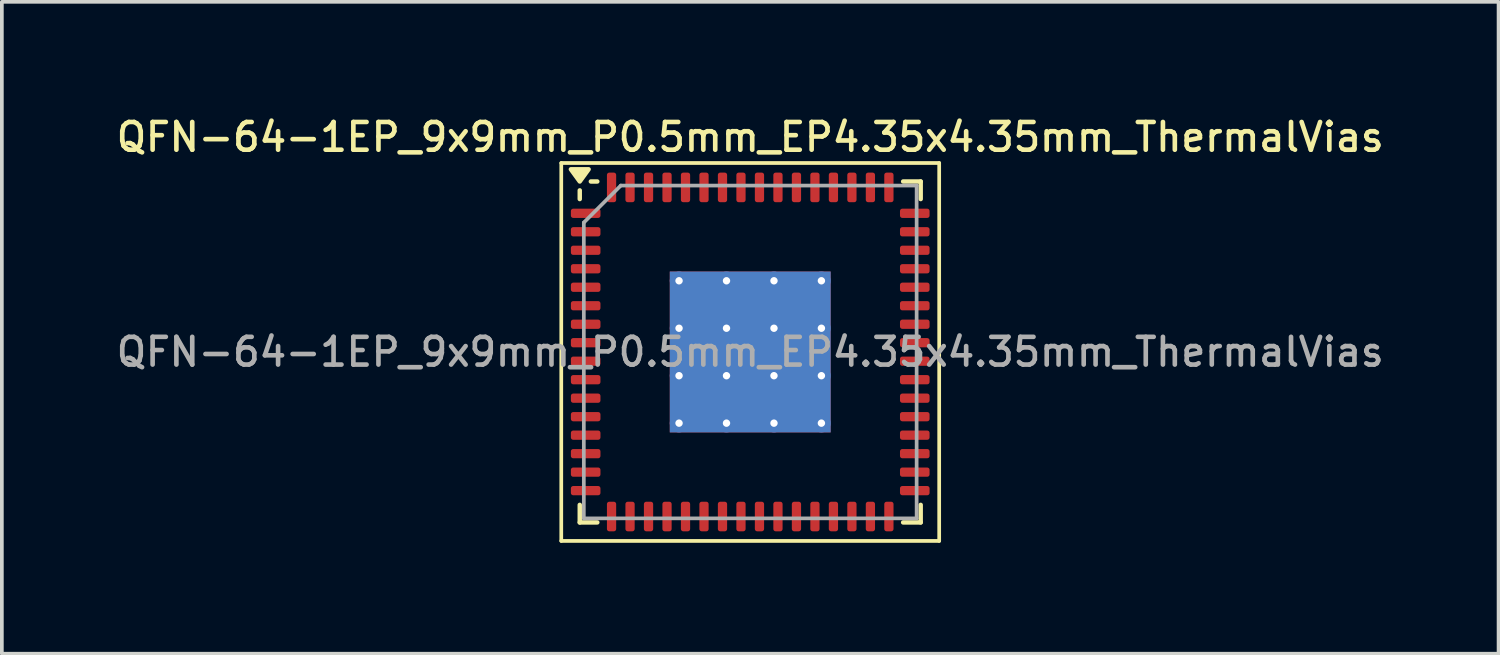
<source format=kicad_pcb>
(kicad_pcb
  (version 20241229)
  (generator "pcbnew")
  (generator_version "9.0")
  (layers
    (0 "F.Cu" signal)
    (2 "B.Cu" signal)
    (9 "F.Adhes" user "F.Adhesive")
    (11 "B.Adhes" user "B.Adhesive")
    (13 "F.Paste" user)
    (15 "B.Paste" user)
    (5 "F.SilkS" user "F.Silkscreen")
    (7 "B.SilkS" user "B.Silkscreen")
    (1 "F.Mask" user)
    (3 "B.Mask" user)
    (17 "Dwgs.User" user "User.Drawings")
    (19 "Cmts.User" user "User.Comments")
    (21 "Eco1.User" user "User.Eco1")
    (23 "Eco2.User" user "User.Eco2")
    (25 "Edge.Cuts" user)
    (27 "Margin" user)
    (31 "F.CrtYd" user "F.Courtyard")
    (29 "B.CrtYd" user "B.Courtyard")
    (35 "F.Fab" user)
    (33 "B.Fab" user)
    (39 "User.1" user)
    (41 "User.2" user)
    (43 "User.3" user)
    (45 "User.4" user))
  (footprint "QFN-64-1EP_9x9mm_P0.5mm_EP4.35x4.35mm_ThermalVias"
    (layer "F.Cu")
    (at 17.238 6.468)
    (property "Reference" "QFN-64-1EP_9x9mm_P0.5mm_EP4.35x4.35mm_ThermalVias" (at 0 -5.81 0) (layer "F.SilkS") (effects (font (size 0.75 0.75) (thickness 0.125))))
    (attr smd)
    (fp_line (start -5.11 -5.11) (end -5.11 5.11) (stroke (width 0.1) (type solid)) (layer "F.SilkS"))
    (fp_line (start -5.11 5.11) (end 5.11 5.11) (stroke (width 0.1) (type solid)) (layer "F.SilkS"))
    (fp_line (start -4.61 -4.135) (end -4.61 -4.37) (stroke (width 0.12) (type solid)) (layer "F.SilkS"))
    (fp_line (start -4.61 4.61) (end -4.61 4.135) (stroke (width 0.12) (type solid)) (layer "F.SilkS"))
    (fp_line (start -4.135 -4.61) (end -4.31 -4.61) (stroke (width 0.12) (type solid)) (layer "F.SilkS"))
    (fp_line (start -4.135 4.61) (end -4.61 4.61) (stroke (width 0.12) (type solid)) (layer "F.SilkS"))
    (fp_line (start 4.135 -4.61) (end 4.61 -4.61) (stroke (width 0.12) (type solid)) (layer "F.SilkS"))
    (fp_line (start 4.135 4.61) (end 4.61 4.61) (stroke (width 0.12) (type solid)) (layer "F.SilkS"))
    (fp_line (start 4.61 -4.61) (end 4.61 -4.135) (stroke (width 0.12) (type solid)) (layer "F.SilkS"))
    (fp_line (start 4.61 4.61) (end 4.61 4.135) (stroke (width 0.12) (type solid)) (layer "F.SilkS"))
    (fp_line (start 5.11 -5.11) (end -5.11 -5.11) (stroke (width 0.1) (type solid)) (layer "F.SilkS"))
    (fp_line (start 5.11 5.11) (end 5.11 -5.11) (stroke (width 0.1) (type solid)) (layer "F.SilkS"))
    (fp_poly (pts (xy -4.61 -4.61) (xy -4.85 -4.94) (xy -4.37 -4.94) (xy -4.61 -4.61)) (stroke (width 0.12) (type solid)) (fill yes) (layer "F.SilkS"))
    (fp_line (start -4.5 -3.5) (end -3.5 -4.5) (stroke (width 0.1) (type solid)) (layer "F.Fab"))
    (fp_line (start -4.5 4.5) (end -4.5 -3.5) (stroke (width 0.1) (type solid)) (layer "F.Fab"))
    (fp_line (start -3.5 -4.5) (end 4.5 -4.5) (stroke (width 0.1) (type solid)) (layer "F.Fab"))
    (fp_line (start 4.5 -4.5) (end 4.5 4.5) (stroke (width 0.1) (type solid)) (layer "F.Fab"))
    (fp_line (start 4.5 4.5) (end -4.5 4.5) (stroke (width 0.1) (type solid)) (layer "F.Fab"))
    (fp_text user "${REFERENCE}" (at 0 0 0) (layer "F.Fab") (effects (font (size 0.75 0.75) (thickness 0.125))))
    (pad "" smd roundrect (at -1.283 -1.283) (size 1.123 1.123) (layers "F.Paste") (roundrect_rratio 0.223))
    (pad "" smd roundrect (at -1.283 0) (size 1.123 1.123) (layers "F.Paste") (roundrect_rratio 0.223))
    (pad "" smd roundrect (at -1.283 1.283) (size 1.123 1.123) (layers "F.Paste") (roundrect_rratio 0.223))
    (pad "" smd roundrect (at 0 -1.283) (size 1.123 1.123) (layers "F.Paste") (roundrect_rratio 0.223))
    (pad "" smd roundrect (at 0 0) (size 1.123 1.123) (layers "F.Paste") (roundrect_rratio 0.223))
    (pad "" smd roundrect (at 0 1.283) (size 1.123 1.123) (layers "F.Paste") (roundrect_rratio 0.223))
    (pad "" smd roundrect (at 1.283 -1.283) (size 1.123 1.123) (layers "F.Paste") (roundrect_rratio 0.223))
    (pad "" smd roundrect (at 1.283 0) (size 1.123 1.123) (layers "F.Paste") (roundrect_rratio 0.223))
    (pad "" smd roundrect (at 1.283 1.283) (size 1.123 1.123) (layers "F.Paste") (roundrect_rratio 0.223))
    (pad "1" smd roundrect (at -4.45 -3.75) (size 0.8 0.25) (layers "F.Cu" "F.Mask" "F.Paste") (roundrect_rratio 0.25))
    (pad "2" smd roundrect (at -4.45 -3.25) (size 0.8 0.25) (layers "F.Cu" "F.Mask" "F.Paste") (roundrect_rratio 0.25))
    (pad "3" smd roundrect (at -4.45 -2.75) (size 0.8 0.25) (layers "F.Cu" "F.Mask" "F.Paste") (roundrect_rratio 0.25))
    (pad "4" smd roundrect (at -4.45 -2.25) (size 0.8 0.25) (layers "F.Cu" "F.Mask" "F.Paste") (roundrect_rratio 0.25))
    (pad "5" smd roundrect (at -4.45 -1.75) (size 0.8 0.25) (layers "F.Cu" "F.Mask" "F.Paste") (roundrect_rratio 0.25))
    (pad "6" smd roundrect (at -4.45 -1.25) (size 0.8 0.25) (layers "F.Cu" "F.Mask" "F.Paste") (roundrect_rratio 0.25))
    (pad "7" smd roundrect (at -4.45 -0.75) (size 0.8 0.25) (layers "F.Cu" "F.Mask" "F.Paste") (roundrect_rratio 0.25))
    (pad "8" smd roundrect (at -4.45 -0.25) (size 0.8 0.25) (layers "F.Cu" "F.Mask" "F.Paste") (roundrect_rratio 0.25))
    (pad "9" smd roundrect (at -4.45 0.25) (size 0.8 0.25) (layers "F.Cu" "F.Mask" "F.Paste") (roundrect_rratio 0.25))
    (pad "10" smd roundrect (at -4.45 0.75) (size 0.8 0.25) (layers "F.Cu" "F.Mask" "F.Paste") (roundrect_rratio 0.25))
    (pad "11" smd roundrect (at -4.45 1.25) (size 0.8 0.25) (layers "F.Cu" "F.Mask" "F.Paste") (roundrect_rratio 0.25))
    (pad "12" smd roundrect (at -4.45 1.75) (size 0.8 0.25) (layers "F.Cu" "F.Mask" "F.Paste") (roundrect_rratio 0.25))
    (pad "13" smd roundrect (at -4.45 2.25) (size 0.8 0.25) (layers "F.Cu" "F.Mask" "F.Paste") (roundrect_rratio 0.25))
    (pad "14" smd roundrect (at -4.45 2.75) (size 0.8 0.25) (layers "F.Cu" "F.Mask" "F.Paste") (roundrect_rratio 0.25))
    (pad "15" smd roundrect (at -4.45 3.25) (size 0.8 0.25) (layers "F.Cu" "F.Mask" "F.Paste") (roundrect_rratio 0.25))
    (pad "16" smd roundrect (at -4.45 3.75) (size 0.8 0.25) (layers "F.Cu" "F.Mask" "F.Paste") (roundrect_rratio 0.25))
    (pad "17" smd roundrect (at -3.75 4.45) (size 0.25 0.8) (layers "F.Cu" "F.Mask" "F.Paste") (roundrect_rratio 0.25))
    (pad "18" smd roundrect (at -3.25 4.45) (size 0.25 0.8) (layers "F.Cu" "F.Mask" "F.Paste") (roundrect_rratio 0.25))
    (pad "19" smd roundrect (at -2.75 4.45) (size 0.25 0.8) (layers "F.Cu" "F.Mask" "F.Paste") (roundrect_rratio 0.25))
    (pad "20" smd roundrect (at -2.25 4.45) (size 0.25 0.8) (layers "F.Cu" "F.Mask" "F.Paste") (roundrect_rratio 0.25))
    (pad "21" smd roundrect (at -1.75 4.45) (size 0.25 0.8) (layers "F.Cu" "F.Mask" "F.Paste") (roundrect_rratio 0.25))
    (pad "22" smd roundrect (at -1.25 4.45) (size 0.25 0.8) (layers "F.Cu" "F.Mask" "F.Paste") (roundrect_rratio 0.25))
    (pad "23" smd roundrect (at -0.75 4.45) (size 0.25 0.8) (layers "F.Cu" "F.Mask" "F.Paste") (roundrect_rratio 0.25))
    (pad "24" smd roundrect (at -0.25 4.45) (size 0.25 0.8) (layers "F.Cu" "F.Mask" "F.Paste") (roundrect_rratio 0.25))
    (pad "25" smd roundrect (at 0.25 4.45) (size 0.25 0.8) (layers "F.Cu" "F.Mask" "F.Paste") (roundrect_rratio 0.25))
    (pad "26" smd roundrect (at 0.75 4.45) (size 0.25 0.8) (layers "F.Cu" "F.Mask" "F.Paste") (roundrect_rratio 0.25))
    (pad "27" smd roundrect (at 1.25 4.45) (size 0.25 0.8) (layers "F.Cu" "F.Mask" "F.Paste") (roundrect_rratio 0.25))
    (pad "28" smd roundrect (at 1.75 4.45) (size 0.25 0.8) (layers "F.Cu" "F.Mask" "F.Paste") (roundrect_rratio 0.25))
    (pad "29" smd roundrect (at 2.25 4.45) (size 0.25 0.8) (layers "F.Cu" "F.Mask" "F.Paste") (roundrect_rratio 0.25))
    (pad "30" smd roundrect (at 2.75 4.45) (size 0.25 0.8) (layers "F.Cu" "F.Mask" "F.Paste") (roundrect_rratio 0.25))
    (pad "31" smd roundrect (at 3.25 4.45) (size 0.25 0.8) (layers "F.Cu" "F.Mask" "F.Paste") (roundrect_rratio 0.25))
    (pad "32" smd roundrect (at 3.75 4.45) (size 0.25 0.8) (layers "F.Cu" "F.Mask" "F.Paste") (roundrect_rratio 0.25))
    (pad "33" smd roundrect (at 4.45 3.75) (size 0.8 0.25) (layers "F.Cu" "F.Mask" "F.Paste") (roundrect_rratio 0.25))
    (pad "34" smd roundrect (at 4.45 3.25) (size 0.8 0.25) (layers "F.Cu" "F.Mask" "F.Paste") (roundrect_rratio 0.25))
    (pad "35" smd roundrect (at 4.45 2.75) (size 0.8 0.25) (layers "F.Cu" "F.Mask" "F.Paste") (roundrect_rratio 0.25))
    (pad "36" smd roundrect (at 4.45 2.25) (size 0.8 0.25) (layers "F.Cu" "F.Mask" "F.Paste") (roundrect_rratio 0.25))
    (pad "37" smd roundrect (at 4.45 1.75) (size 0.8 0.25) (layers "F.Cu" "F.Mask" "F.Paste") (roundrect_rratio 0.25))
    (pad "38" smd roundrect (at 4.45 1.25) (size 0.8 0.25) (layers "F.Cu" "F.Mask" "F.Paste") (roundrect_rratio 0.25))
    (pad "39" smd roundrect (at 4.45 0.75) (size 0.8 0.25) (layers "F.Cu" "F.Mask" "F.Paste") (roundrect_rratio 0.25))
    (pad "40" smd roundrect (at 4.45 0.25) (size 0.8 0.25) (layers "F.Cu" "F.Mask" "F.Paste") (roundrect_rratio 0.25))
    (pad "41" smd roundrect (at 4.45 -0.25) (size 0.8 0.25) (layers "F.Cu" "F.Mask" "F.Paste") (roundrect_rratio 0.25))
    (pad "42" smd roundrect (at 4.45 -0.75) (size 0.8 0.25) (layers "F.Cu" "F.Mask" "F.Paste") (roundrect_rratio 0.25))
    (pad "43" smd roundrect (at 4.45 -1.25) (size 0.8 0.25) (layers "F.Cu" "F.Mask" "F.Paste") (roundrect_rratio 0.25))
    (pad "44" smd roundrect (at 4.45 -1.75) (size 0.8 0.25) (layers "F.Cu" "F.Mask" "F.Paste") (roundrect_rratio 0.25))
    (pad "45" smd roundrect (at 4.45 -2.25) (size 0.8 0.25) (layers "F.Cu" "F.Mask" "F.Paste") (roundrect_rratio 0.25))
    (pad "46" smd roundrect (at 4.45 -2.75) (size 0.8 0.25) (layers "F.Cu" "F.Mask" "F.Paste") (roundrect_rratio 0.25))
    (pad "47" smd roundrect (at 4.45 -3.25) (size 0.8 0.25) (layers "F.Cu" "F.Mask" "F.Paste") (roundrect_rratio 0.25))
    (pad "48" smd roundrect (at 4.45 -3.75) (size 0.8 0.25) (layers "F.Cu" "F.Mask" "F.Paste") (roundrect_rratio 0.25))
    (pad "49" smd roundrect (at 3.75 -4.45) (size 0.25 0.8) (layers "F.Cu" "F.Mask" "F.Paste") (roundrect_rratio 0.25))
    (pad "50" smd roundrect (at 3.25 -4.45) (size 0.25 0.8) (layers "F.Cu" "F.Mask" "F.Paste") (roundrect_rratio 0.25))
    (pad "51" smd roundrect (at 2.75 -4.45) (size 0.25 0.8) (layers "F.Cu" "F.Mask" "F.Paste") (roundrect_rratio 0.25))
    (pad "52" smd roundrect (at 2.25 -4.45) (size 0.25 0.8) (layers "F.Cu" "F.Mask" "F.Paste") (roundrect_rratio 0.25))
    (pad "53" smd roundrect (at 1.75 -4.45) (size 0.25 0.8) (layers "F.Cu" "F.Mask" "F.Paste") (roundrect_rratio 0.25))
    (pad "54" smd roundrect (at 1.25 -4.45) (size 0.25 0.8) (layers "F.Cu" "F.Mask" "F.Paste") (roundrect_rratio 0.25))
    (pad "55" smd roundrect (at 0.75 -4.45) (size 0.25 0.8) (layers "F.Cu" "F.Mask" "F.Paste") (roundrect_rratio 0.25))
    (pad "56" smd roundrect (at 0.25 -4.45) (size 0.25 0.8) (layers "F.Cu" "F.Mask" "F.Paste") (roundrect_rratio 0.25))
    (pad "57" smd roundrect (at -0.25 -4.45) (size 0.25 0.8) (layers "F.Cu" "F.Mask" "F.Paste") (roundrect_rratio 0.25))
    (pad "58" smd roundrect (at -0.75 -4.45) (size 0.25 0.8) (layers "F.Cu" "F.Mask" "F.Paste") (roundrect_rratio 0.25))
    (pad "59" smd roundrect (at -1.25 -4.45) (size 0.25 0.8) (layers "F.Cu" "F.Mask" "F.Paste") (roundrect_rratio 0.25))
    (pad "60" smd roundrect (at -1.75 -4.45) (size 0.25 0.8) (layers "F.Cu" "F.Mask" "F.Paste") (roundrect_rratio 0.25))
    (pad "61" smd roundrect (at -2.25 -4.45) (size 0.25 0.8) (layers "F.Cu" "F.Mask" "F.Paste") (roundrect_rratio 0.25))
    (pad "62" smd roundrect (at -2.75 -4.45) (size 0.25 0.8) (layers "F.Cu" "F.Mask" "F.Paste") (roundrect_rratio 0.25))
    (pad "63" smd roundrect (at -3.25 -4.45) (size 0.25 0.8) (layers "F.Cu" "F.Mask" "F.Paste") (roundrect_rratio 0.25))
    (pad "64" smd roundrect (at -3.75 -4.45) (size 0.25 0.8) (layers "F.Cu" "F.Mask" "F.Paste") (roundrect_rratio 0.25))
    (pad "65" thru_hole circle (at -1.925 -1.925) (size 0.5 0.5) (drill 0.2) (property pad_prop_heatsink) (layers "*.Cu"))
    (pad "65" thru_hole circle (at -1.925 -0.642) (size 0.5 0.5) (drill 0.2) (property pad_prop_heatsink) (layers "*.Cu"))
    (pad "65" thru_hole circle (at -1.925 0.642) (size 0.5 0.5) (drill 0.2) (property pad_prop_heatsink) (layers "*.Cu"))
    (pad "65" thru_hole circle (at -1.925 1.925) (size 0.5 0.5) (drill 0.2) (property pad_prop_heatsink) (layers "*.Cu"))
    (pad "65" thru_hole circle (at -0.642 -1.925) (size 0.5 0.5) (drill 0.2) (property pad_prop_heatsink) (layers "*.Cu"))
    (pad "65" thru_hole circle (at -0.642 -0.642) (size 0.5 0.5) (drill 0.2) (property pad_prop_heatsink) (layers "*.Cu"))
    (pad "65" thru_hole circle (at -0.642 0.642) (size 0.5 0.5) (drill 0.2) (property pad_prop_heatsink) (layers "*.Cu"))
    (pad "65" thru_hole circle (at -0.642 1.925) (size 0.5 0.5) (drill 0.2) (property pad_prop_heatsink) (layers "*.Cu"))
    (pad "65" smd rect (at 0 0) (size 4.35 4.35) (property pad_prop_heatsink) (layers "F.Cu" "F.Mask"))
    (pad "65" smd rect (at 0 0) (size 4.35 4.35) (property pad_prop_heatsink) (layers "B.Cu"))
    (pad "65" thru_hole circle (at 0.642 -1.925) (size 0.5 0.5) (drill 0.2) (property pad_prop_heatsink) (layers "*.Cu"))
    (pad "65" thru_hole circle (at 0.642 -0.642) (size 0.5 0.5) (drill 0.2) (property pad_prop_heatsink) (layers "*.Cu"))
    (pad "65" thru_hole circle (at 0.642 0.642) (size 0.5 0.5) (drill 0.2) (property pad_prop_heatsink) (layers "*.Cu"))
    (pad "65" thru_hole circle (at 0.642 1.925) (size 0.5 0.5) (drill 0.2) (property pad_prop_heatsink) (layers "*.Cu"))
    (pad "65" thru_hole circle (at 1.925 -1.925) (size 0.5 0.5) (drill 0.2) (property pad_prop_heatsink) (layers "*.Cu"))
    (pad "65" thru_hole circle (at 1.925 -0.642) (size 0.5 0.5) (drill 0.2) (property pad_prop_heatsink) (layers "*.Cu"))
    (pad "65" thru_hole circle (at 1.925 0.642) (size 0.5 0.5) (drill 0.2) (property pad_prop_heatsink) (layers "*.Cu"))
    (pad "65" thru_hole circle (at 1.925 1.925) (size 0.5 0.5) (drill 0.2) (property pad_prop_heatsink) (layers "*.Cu")))
  (gr_rect
    (start -3 -3)
    (end 37.475 14.628)
    (stroke (width 0.1) (type default))
    (fill no)
    (layer "Edge.Cuts")))
</source>
